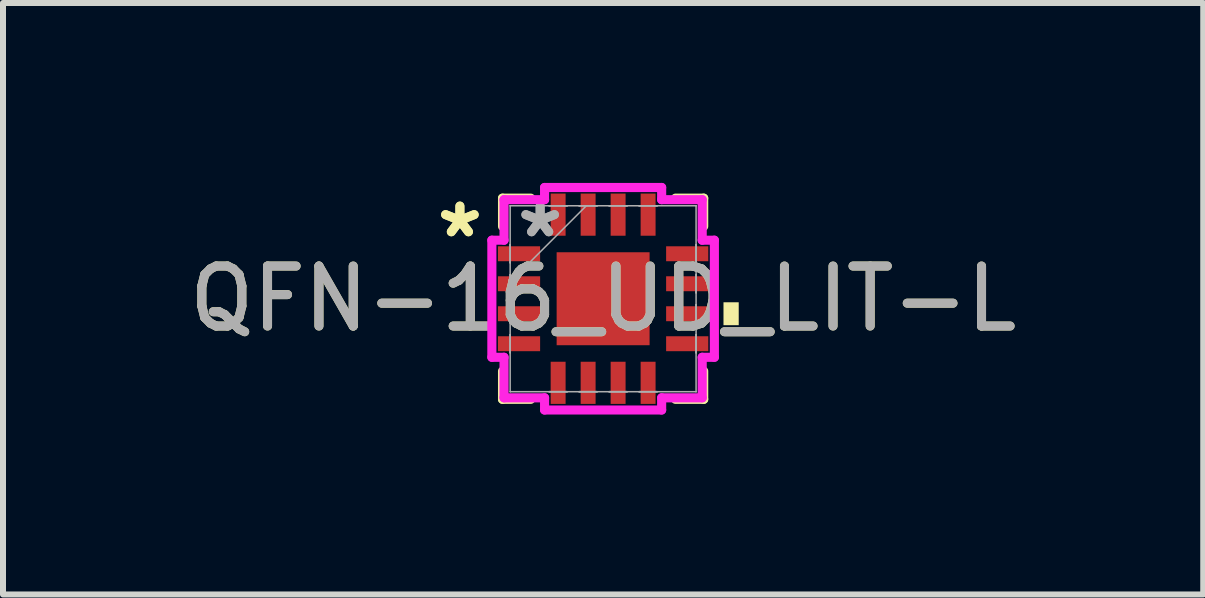
<source format=kicad_pcb>
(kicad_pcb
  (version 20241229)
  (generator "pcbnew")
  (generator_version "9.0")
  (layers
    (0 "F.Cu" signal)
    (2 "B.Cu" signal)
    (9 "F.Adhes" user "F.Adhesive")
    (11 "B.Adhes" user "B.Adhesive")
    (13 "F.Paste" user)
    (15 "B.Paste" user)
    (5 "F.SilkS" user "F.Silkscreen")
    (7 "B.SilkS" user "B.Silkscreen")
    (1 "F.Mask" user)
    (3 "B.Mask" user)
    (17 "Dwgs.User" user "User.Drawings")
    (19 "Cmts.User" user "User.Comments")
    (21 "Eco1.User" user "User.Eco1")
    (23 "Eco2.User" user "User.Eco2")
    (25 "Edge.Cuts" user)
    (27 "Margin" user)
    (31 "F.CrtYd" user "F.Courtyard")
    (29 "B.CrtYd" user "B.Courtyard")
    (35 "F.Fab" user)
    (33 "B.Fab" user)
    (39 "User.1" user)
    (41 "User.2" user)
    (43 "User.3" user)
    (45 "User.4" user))
  (footprint "QFN-16_UD_LIT-L"
    (layer "F.Cu")
    (at 7.006 1.931)
    (property "Reference" "QFN-16_UD_LIT-L" (at 0 0 0) (unlocked yes) (layer "F.SilkS") (effects (font (size 1 1) (thickness 0.15))))
    (attr smd)
    (fp_line (start -1.677 -1.677) (end -1.677 -1.207) (stroke (width 0.152) (type solid)) (layer "F.SilkS"))
    (fp_line (start -1.677 1.207) (end -1.677 1.677) (stroke (width 0.152) (type solid)) (layer "F.SilkS"))
    (fp_line (start -1.677 1.677) (end -1.207 1.677) (stroke (width 0.152) (type solid)) (layer "F.SilkS"))
    (fp_line (start -1.207 -1.677) (end -1.677 -1.677) (stroke (width 0.152) (type solid)) (layer "F.SilkS"))
    (fp_line (start 1.207 1.677) (end 1.677 1.677) (stroke (width 0.152) (type solid)) (layer "F.SilkS"))
    (fp_line (start 1.677 -1.677) (end 1.207 -1.677) (stroke (width 0.152) (type solid)) (layer "F.SilkS"))
    (fp_line (start 1.677 -1.207) (end 1.677 -1.677) (stroke (width 0.152) (type solid)) (layer "F.SilkS"))
    (fp_line (start 1.677 1.677) (end 1.677 1.207) (stroke (width 0.152) (type solid)) (layer "F.SilkS"))
    (fp_poly (pts (xy 2.261 0.059) (xy 2.261 0.441) (xy 2.007 0.441) (xy 2.007 0.059)) (stroke (width 0) (type solid)) (fill yes) (layer "F.SilkS"))
    (fp_line (start -1.855 -0.976) (end -1.652 -0.976) (stroke (width 0.152) (type solid)) (layer "F.CrtYd"))
    (fp_line (start -1.855 0.976) (end -1.855 -0.976) (stroke (width 0.152) (type solid)) (layer "F.CrtYd"))
    (fp_line (start -1.652 -1.652) (end -0.976 -1.652) (stroke (width 0.152) (type solid)) (layer "F.CrtYd"))
    (fp_line (start -1.652 -0.976) (end -1.652 -1.652) (stroke (width 0.152) (type solid)) (layer "F.CrtYd"))
    (fp_line (start -1.652 0.976) (end -1.855 0.976) (stroke (width 0.152) (type solid)) (layer "F.CrtYd"))
    (fp_line (start -1.652 1.652) (end -1.652 0.976) (stroke (width 0.152) (type solid)) (layer "F.CrtYd"))
    (fp_line (start -0.976 -1.855) (end 0.976 -1.855) (stroke (width 0.152) (type solid)) (layer "F.CrtYd"))
    (fp_line (start -0.976 -1.652) (end -0.976 -1.855) (stroke (width 0.152) (type solid)) (layer "F.CrtYd"))
    (fp_line (start -0.976 1.652) (end -1.652 1.652) (stroke (width 0.152) (type solid)) (layer "F.CrtYd"))
    (fp_line (start -0.976 1.855) (end -0.976 1.652) (stroke (width 0.152) (type solid)) (layer "F.CrtYd"))
    (fp_line (start 0.976 -1.855) (end 0.976 -1.652) (stroke (width 0.152) (type solid)) (layer "F.CrtYd"))
    (fp_line (start 0.976 -1.652) (end 1.652 -1.652) (stroke (width 0.152) (type solid)) (layer "F.CrtYd"))
    (fp_line (start 0.976 1.652) (end 0.976 1.855) (stroke (width 0.152) (type solid)) (layer "F.CrtYd"))
    (fp_line (start 0.976 1.855) (end -0.976 1.855) (stroke (width 0.152) (type solid)) (layer "F.CrtYd"))
    (fp_line (start 1.652 -1.652) (end 1.652 -0.976) (stroke (width 0.152) (type solid)) (layer "F.CrtYd"))
    (fp_line (start 1.652 -0.976) (end 1.855 -0.976) (stroke (width 0.152) (type solid)) (layer "F.CrtYd"))
    (fp_line (start 1.652 0.976) (end 1.652 1.652) (stroke (width 0.152) (type solid)) (layer "F.CrtYd"))
    (fp_line (start 1.652 1.652) (end 0.976 1.652) (stroke (width 0.152) (type solid)) (layer "F.CrtYd"))
    (fp_line (start 1.855 -0.976) (end 1.855 0.976) (stroke (width 0.152) (type solid)) (layer "F.CrtYd"))
    (fp_line (start 1.855 0.976) (end 1.652 0.976) (stroke (width 0.152) (type solid)) (layer "F.CrtYd"))
    (fp_line (start -1.55 -1.55) (end -1.55 -1.55) (stroke (width 0.025) (type solid)) (layer "F.Fab"))
    (fp_line (start -1.55 -1.55) (end -1.55 1.55) (stroke (width 0.025) (type solid)) (layer "F.Fab"))
    (fp_line (start -1.55 -0.9) (end -1.55 -0.9) (stroke (width 0.025) (type solid)) (layer "F.Fab"))
    (fp_line (start -1.55 -0.9) (end -1.55 -0.6) (stroke (width 0.025) (type solid)) (layer "F.Fab"))
    (fp_line (start -1.55 -0.6) (end -1.55 -0.9) (stroke (width 0.025) (type solid)) (layer "F.Fab"))
    (fp_line (start -1.55 -0.6) (end -1.55 -0.6) (stroke (width 0.025) (type solid)) (layer "F.Fab"))
    (fp_line (start -1.55 -0.4) (end -1.55 -0.4) (stroke (width 0.025) (type solid)) (layer "F.Fab"))
    (fp_line (start -1.55 -0.4) (end -1.55 -0.1) (stroke (width 0.025) (type solid)) (layer "F.Fab"))
    (fp_line (start -1.55 -0.28) (end -0.28 -1.55) (stroke (width 0.025) (type solid)) (layer "F.Fab"))
    (fp_line (start -1.55 -0.1) (end -1.55 -0.4) (stroke (width 0.025) (type solid)) (layer "F.Fab"))
    (fp_line (start -1.55 -0.1) (end -1.55 -0.1) (stroke (width 0.025) (type solid)) (layer "F.Fab"))
    (fp_line (start -1.55 0.1) (end -1.55 0.1) (stroke (width 0.025) (type solid)) (layer "F.Fab"))
    (fp_line (start -1.55 0.1) (end -1.55 0.4) (stroke (width 0.025) (type solid)) (layer "F.Fab"))
    (fp_line (start -1.55 0.4) (end -1.55 0.1) (stroke (width 0.025) (type solid)) (layer "F.Fab"))
    (fp_line (start -1.55 0.4) (end -1.55 0.4) (stroke (width 0.025) (type solid)) (layer "F.Fab"))
    (fp_line (start -1.55 0.6) (end -1.55 0.6) (stroke (width 0.025) (type solid)) (layer "F.Fab"))
    (fp_line (start -1.55 0.6) (end -1.55 0.9) (stroke (width 0.025) (type solid)) (layer "F.Fab"))
    (fp_line (start -1.55 0.9) (end -1.55 0.6) (stroke (width 0.025) (type solid)) (layer "F.Fab"))
    (fp_line (start -1.55 0.9) (end -1.55 0.9) (stroke (width 0.025) (type solid)) (layer "F.Fab"))
    (fp_line (start -1.55 1.55) (end -1.55 1.55) (stroke (width 0.025) (type solid)) (layer "F.Fab"))
    (fp_line (start -1.55 1.55) (end 1.55 1.55) (stroke (width 0.025) (type solid)) (layer "F.Fab"))
    (fp_line (start -0.9 -1.55) (end -0.9 -1.55) (stroke (width 0.025) (type solid)) (layer "F.Fab"))
    (fp_line (start -0.9 -1.55) (end -0.6 -1.55) (stroke (width 0.025) (type solid)) (layer "F.Fab"))
    (fp_line (start -0.9 1.55) (end -0.9 1.55) (stroke (width 0.025) (type solid)) (layer "F.Fab"))
    (fp_line (start -0.9 1.55) (end -0.6 1.55) (stroke (width 0.025) (type solid)) (layer "F.Fab"))
    (fp_line (start -0.6 -1.55) (end -0.9 -1.55) (stroke (width 0.025) (type solid)) (layer "F.Fab"))
    (fp_line (start -0.6 -1.55) (end -0.6 -1.55) (stroke (width 0.025) (type solid)) (layer "F.Fab"))
    (fp_line (start -0.6 1.55) (end -0.9 1.55) (stroke (width 0.025) (type solid)) (layer "F.Fab"))
    (fp_line (start -0.6 1.55) (end -0.6 1.55) (stroke (width 0.025) (type solid)) (layer "F.Fab"))
    (fp_line (start -0.4 -1.55) (end -0.4 -1.55) (stroke (width 0.025) (type solid)) (layer "F.Fab"))
    (fp_line (start -0.4 -1.55) (end -0.1 -1.55) (stroke (width 0.025) (type solid)) (layer "F.Fab"))
    (fp_line (start -0.4 1.55) (end -0.4 1.55) (stroke (width 0.025) (type solid)) (layer "F.Fab"))
    (fp_line (start -0.4 1.55) (end -0.1 1.55) (stroke (width 0.025) (type solid)) (layer "F.Fab"))
    (fp_line (start -0.1 -1.55) (end -0.4 -1.55) (stroke (width 0.025) (type solid)) (layer "F.Fab"))
    (fp_line (start -0.1 -1.55) (end -0.1 -1.55) (stroke (width 0.025) (type solid)) (layer "F.Fab"))
    (fp_line (start -0.1 1.55) (end -0.4 1.55) (stroke (width 0.025) (type solid)) (layer "F.Fab"))
    (fp_line (start -0.1 1.55) (end -0.1 1.55) (stroke (width 0.025) (type solid)) (layer "F.Fab"))
    (fp_line (start 0.1 -1.55) (end 0.1 -1.55) (stroke (width 0.025) (type solid)) (layer "F.Fab"))
    (fp_line (start 0.1 -1.55) (end 0.4 -1.55) (stroke (width 0.025) (type solid)) (layer "F.Fab"))
    (fp_line (start 0.1 1.55) (end 0.1 1.55) (stroke (width 0.025) (type solid)) (layer "F.Fab"))
    (fp_line (start 0.1 1.55) (end 0.4 1.55) (stroke (width 0.025) (type solid)) (layer "F.Fab"))
    (fp_line (start 0.4 -1.55) (end 0.1 -1.55) (stroke (width 0.025) (type solid)) (layer "F.Fab"))
    (fp_line (start 0.4 -1.55) (end 0.4 -1.55) (stroke (width 0.025) (type solid)) (layer "F.Fab"))
    (fp_line (start 0.4 1.55) (end 0.1 1.55) (stroke (width 0.025) (type solid)) (layer "F.Fab"))
    (fp_line (start 0.4 1.55) (end 0.4 1.55) (stroke (width 0.025) (type solid)) (layer "F.Fab"))
    (fp_line (start 0.6 -1.55) (end 0.6 -1.55) (stroke (width 0.025) (type solid)) (layer "F.Fab"))
    (fp_line (start 0.6 -1.55) (end 0.9 -1.55) (stroke (width 0.025) (type solid)) (layer "F.Fab"))
    (fp_line (start 0.6 1.55) (end 0.6 1.55) (stroke (width 0.025) (type solid)) (layer "F.Fab"))
    (fp_line (start 0.6 1.55) (end 0.9 1.55) (stroke (width 0.025) (type solid)) (layer "F.Fab"))
    (fp_line (start 0.9 -1.55) (end 0.6 -1.55) (stroke (width 0.025) (type solid)) (layer "F.Fab"))
    (fp_line (start 0.9 -1.55) (end 0.9 -1.55) (stroke (width 0.025) (type solid)) (layer "F.Fab"))
    (fp_line (start 0.9 1.55) (end 0.6 1.55) (stroke (width 0.025) (type solid)) (layer "F.Fab"))
    (fp_line (start 0.9 1.55) (end 0.9 1.55) (stroke (width 0.025) (type solid)) (layer "F.Fab"))
    (fp_line (start 1.55 -1.55) (end -1.55 -1.55) (stroke (width 0.025) (type solid)) (layer "F.Fab"))
    (fp_line (start 1.55 -1.55) (end 1.55 -1.55) (stroke (width 0.025) (type solid)) (layer "F.Fab"))
    (fp_line (start 1.55 -0.9) (end 1.55 -0.9) (stroke (width 0.025) (type solid)) (layer "F.Fab"))
    (fp_line (start 1.55 -0.9) (end 1.55 -0.6) (stroke (width 0.025) (type solid)) (layer "F.Fab"))
    (fp_line (start 1.55 -0.6) (end 1.55 -0.9) (stroke (width 0.025) (type solid)) (layer "F.Fab"))
    (fp_line (start 1.55 -0.6) (end 1.55 -0.6) (stroke (width 0.025) (type solid)) (layer "F.Fab"))
    (fp_line (start 1.55 -0.4) (end 1.55 -0.4) (stroke (width 0.025) (type solid)) (layer "F.Fab"))
    (fp_line (start 1.55 -0.4) (end 1.55 -0.1) (stroke (width 0.025) (type solid)) (layer "F.Fab"))
    (fp_line (start 1.55 -0.1) (end 1.55 -0.4) (stroke (width 0.025) (type solid)) (layer "F.Fab"))
    (fp_line (start 1.55 -0.1) (end 1.55 -0.1) (stroke (width 0.025) (type solid)) (layer "F.Fab"))
    (fp_line (start 1.55 0.1) (end 1.55 0.1) (stroke (width 0.025) (type solid)) (layer "F.Fab"))
    (fp_line (start 1.55 0.1) (end 1.55 0.4) (stroke (width 0.025) (type solid)) (layer "F.Fab"))
    (fp_line (start 1.55 0.4) (end 1.55 0.1) (stroke (width 0.025) (type solid)) (layer "F.Fab"))
    (fp_line (start 1.55 0.4) (end 1.55 0.4) (stroke (width 0.025) (type solid)) (layer "F.Fab"))
    (fp_line (start 1.55 0.6) (end 1.55 0.6) (stroke (width 0.025) (type solid)) (layer "F.Fab"))
    (fp_line (start 1.55 0.6) (end 1.55 0.9) (stroke (width 0.025) (type solid)) (layer "F.Fab"))
    (fp_line (start 1.55 0.9) (end 1.55 0.6) (stroke (width 0.025) (type solid)) (layer "F.Fab"))
    (fp_line (start 1.55 0.9) (end 1.55 0.9) (stroke (width 0.025) (type solid)) (layer "F.Fab"))
    (fp_line (start 1.55 1.55) (end 1.55 -1.55) (stroke (width 0.025) (type solid)) (layer "F.Fab"))
    (fp_line (start 1.55 1.55) (end 1.55 1.55) (stroke (width 0.025) (type solid)) (layer "F.Fab"))
    (fp_text user "*" (at -2.388 -1 0) (layer "F.SilkS") (effects (font (size 1 1) (thickness 0.15))))
    (fp_text user "*" (at -2.388 -1 0) (unlocked yes) (layer "F.SilkS") (effects (font (size 1 1) (thickness 0.15))))
    (fp_text user "*" (at -1.05 -1 0) (layer "F.Fab") (effects (font (size 1 1) (thickness 0.15))))
    (fp_text user "*" (at -1.05 -1 0) (unlocked yes) (layer "F.Fab") (effects (font (size 1 1) (thickness 0.15))))
    (fp_text user "${REFERENCE}" (at 0 0 0) (unlocked yes) (layer "F.Fab") (effects (font (size 1 1) (thickness 0.15))))
    (pad "1" smd rect (at -1.402 -0.75 90) (size 0.249 0.703) (layers "F.Cu" "F.Mask" "F.Paste"))
    (pad "2" smd rect (at -1.402 -0.25 90) (size 0.249 0.703) (layers "F.Cu" "F.Mask" "F.Paste"))
    (pad "3" smd rect (at -1.402 0.25 90) (size 0.249 0.703) (layers "F.Cu" "F.Mask" "F.Paste"))
    (pad "4" smd rect (at -1.402 0.75 90) (size 0.249 0.703) (layers "F.Cu" "F.Mask" "F.Paste"))
    (pad "5" smd rect (at -0.75 1.402) (size 0.249 0.703) (layers "F.Cu" "F.Mask" "F.Paste"))
    (pad "6" smd rect (at -0.25 1.402) (size 0.249 0.703) (layers "F.Cu" "F.Mask" "F.Paste"))
    (pad "7" smd rect (at 0.25 1.402) (size 0.249 0.703) (layers "F.Cu" "F.Mask" "F.Paste"))
    (pad "8" smd rect (at 0.75 1.402) (size 0.249 0.703) (layers "F.Cu" "F.Mask" "F.Paste"))
    (pad "9" smd rect (at 1.402 0.75 90) (size 0.249 0.703) (layers "F.Cu" "F.Mask" "F.Paste"))
    (pad "10" smd rect (at 1.402 0.25 90) (size 0.249 0.703) (layers "F.Cu" "F.Mask" "F.Paste"))
    (pad "11" smd rect (at 1.402 -0.25 90) (size 0.249 0.703) (layers "F.Cu" "F.Mask" "F.Paste"))
    (pad "12" smd rect (at 1.402 -0.75 90) (size 0.249 0.703) (layers "F.Cu" "F.Mask" "F.Paste"))
    (pad "13" smd rect (at 0.75 -1.402) (size 0.249 0.703) (layers "F.Cu" "F.Mask" "F.Paste"))
    (pad "14" smd rect (at 0.25 -1.402) (size 0.249 0.703) (layers "F.Cu" "F.Mask" "F.Paste"))
    (pad "15" smd rect (at -0.25 -1.402) (size 0.249 0.703) (layers "F.Cu" "F.Mask" "F.Paste"))
    (pad "16" smd rect (at -0.75 -1.402) (size 0.249 0.703) (layers "F.Cu" "F.Mask" "F.Paste"))
    (pad "17" smd rect (at 0 0) (size 1.55 1.55) (layers "F.Cu" "F.Mask" "F.Paste")))
  (gr_rect
    (start -3 -3)
    (end 17.012 6.862)
    (stroke (width 0.1) (type default))
    (fill no)
    (layer "Edge.Cuts")))
</source>
